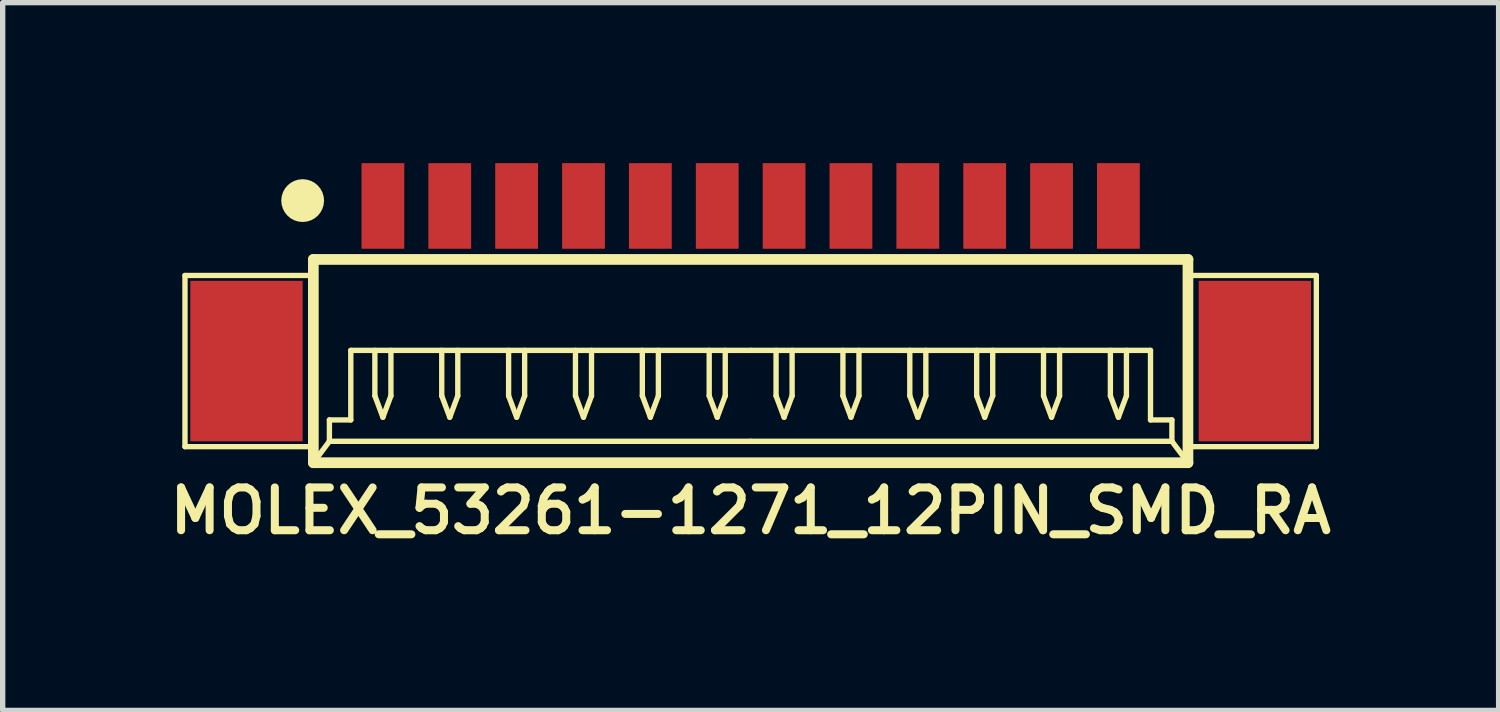
<source format=kicad_pcb>
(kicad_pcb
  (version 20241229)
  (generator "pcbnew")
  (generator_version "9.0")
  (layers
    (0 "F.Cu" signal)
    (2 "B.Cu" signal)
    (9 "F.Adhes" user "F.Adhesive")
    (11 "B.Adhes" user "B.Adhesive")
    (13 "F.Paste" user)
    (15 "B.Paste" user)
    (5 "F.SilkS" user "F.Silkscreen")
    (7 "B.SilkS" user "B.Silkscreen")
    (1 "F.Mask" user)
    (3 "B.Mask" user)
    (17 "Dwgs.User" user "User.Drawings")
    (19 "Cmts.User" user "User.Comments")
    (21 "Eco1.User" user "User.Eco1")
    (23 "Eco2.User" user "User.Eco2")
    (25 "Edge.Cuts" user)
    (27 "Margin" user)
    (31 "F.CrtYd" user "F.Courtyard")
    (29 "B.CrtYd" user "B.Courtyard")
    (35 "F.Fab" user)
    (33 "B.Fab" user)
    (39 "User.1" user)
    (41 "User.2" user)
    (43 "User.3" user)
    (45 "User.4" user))
  (footprint "MOLEX_53261-1271_12PIN_SMD_RA"
    (layer "F.Cu")
    (at 10.983 3.7)
    (property "Reference" "MOLEX_53261-1271_12PIN_SMD_RA" (at 0 2.8 0) (layer "F.SilkS") (effects (font (size 0.8 0.8) (thickness 0.15))))
    (attr through_hole)
    (fp_line (start -10.575 -1.6) (end -8.175 -1.6) (stroke (width 0.1) (type solid)) (layer "F.SilkS"))
    (fp_line (start -10.575 1.6) (end -10.575 -1.6) (stroke (width 0.1) (type solid)) (layer "F.SilkS"))
    (fp_line (start -8.175 -1.9) (end -8.175 1.9) (stroke (width 0.2) (type solid)) (layer "F.SilkS"))
    (fp_line (start -8.175 -1.9) (end 8.175 -1.9) (stroke (width 0.2) (type solid)) (layer "F.SilkS"))
    (fp_line (start -8.175 1.6) (end -10.575 1.6) (stroke (width 0.1) (type solid)) (layer "F.SilkS"))
    (fp_line (start -8.175 1.9) (end 8.175 1.9) (stroke (width 0.2) (type solid)) (layer "F.SilkS"))
    (fp_line (start -7.875 1.1) (end -7.875 1.5) (stroke (width 0.1) (type solid)) (layer "F.SilkS"))
    (fp_line (start -7.875 1.5) (end -8.175 1.9) (stroke (width 0.1) (type solid)) (layer "F.SilkS"))
    (fp_line (start -7.875 1.5) (end 0 1.5) (stroke (width 0.1) (type solid)) (layer "F.SilkS"))
    (fp_line (start -7.475 -0.2) (end -7.475 1.1) (stroke (width 0.1) (type solid)) (layer "F.SilkS"))
    (fp_line (start -7.475 1.1) (end -7.875 1.1) (stroke (width 0.1) (type solid)) (layer "F.SilkS"))
    (fp_line (start -7.025 -0.2) (end -7.025 0.65) (stroke (width 0.1) (type solid)) (layer "F.SilkS"))
    (fp_line (start -7.025 0.65) (end -6.875 1.05) (stroke (width 0.1) (type solid)) (layer "F.SilkS"))
    (fp_line (start -6.875 1.05) (end -6.725 0.65) (stroke (width 0.1) (type solid)) (layer "F.SilkS"))
    (fp_line (start -6.725 0.65) (end -6.725 -0.2) (stroke (width 0.1) (type solid)) (layer "F.SilkS"))
    (fp_line (start -5.775 -0.2) (end -5.775 0.65) (stroke (width 0.1) (type solid)) (layer "F.SilkS"))
    (fp_line (start -5.775 0.65) (end -5.625 1.05) (stroke (width 0.1) (type solid)) (layer "F.SilkS"))
    (fp_line (start -5.625 1.05) (end -5.475 0.65) (stroke (width 0.1) (type solid)) (layer "F.SilkS"))
    (fp_line (start -5.475 0.65) (end -5.475 -0.2) (stroke (width 0.1) (type solid)) (layer "F.SilkS"))
    (fp_line (start -4.525 -0.2) (end -4.525 0.65) (stroke (width 0.1) (type solid)) (layer "F.SilkS"))
    (fp_line (start -4.525 0.65) (end -4.375 1.05) (stroke (width 0.1) (type solid)) (layer "F.SilkS"))
    (fp_line (start -4.375 1.05) (end -4.225 0.65) (stroke (width 0.1) (type solid)) (layer "F.SilkS"))
    (fp_line (start -4.225 0.65) (end -4.225 -0.2) (stroke (width 0.1) (type solid)) (layer "F.SilkS"))
    (fp_line (start -3.275 -0.2) (end -3.275 0.65) (stroke (width 0.1) (type solid)) (layer "F.SilkS"))
    (fp_line (start -3.275 0.65) (end -3.125 1.05) (stroke (width 0.1) (type solid)) (layer "F.SilkS"))
    (fp_line (start -3.125 1.05) (end -2.975 0.65) (stroke (width 0.1) (type solid)) (layer "F.SilkS"))
    (fp_line (start -2.975 0.65) (end -2.975 -0.2) (stroke (width 0.1) (type solid)) (layer "F.SilkS"))
    (fp_line (start -2.025 -0.2) (end -2.025 0.65) (stroke (width 0.1) (type solid)) (layer "F.SilkS"))
    (fp_line (start -2.025 0.65) (end -1.875 1.05) (stroke (width 0.1) (type solid)) (layer "F.SilkS"))
    (fp_line (start -1.875 1.05) (end -1.725 0.65) (stroke (width 0.1) (type solid)) (layer "F.SilkS"))
    (fp_line (start -1.725 0.65) (end -1.725 -0.2) (stroke (width 0.1) (type solid)) (layer "F.SilkS"))
    (fp_line (start -0.775 -0.2) (end -0.775 0.65) (stroke (width 0.1) (type solid)) (layer "F.SilkS"))
    (fp_line (start -0.775 0.65) (end -0.625 1.05) (stroke (width 0.1) (type solid)) (layer "F.SilkS"))
    (fp_line (start -0.625 1.05) (end -0.475 0.65) (stroke (width 0.1) (type solid)) (layer "F.SilkS"))
    (fp_line (start -0.475 0.65) (end -0.475 -0.2) (stroke (width 0.1) (type solid)) (layer "F.SilkS"))
    (fp_line (start 0 -0.2) (end -7.475 -0.2) (stroke (width 0.1) (type solid)) (layer "F.SilkS"))
    (fp_line (start 0 -0.2) (end 7.475 -0.2) (stroke (width 0.1) (type solid)) (layer "F.SilkS"))
    (fp_line (start 0.475 -0.2) (end 0.475 0.65) (stroke (width 0.1) (type solid)) (layer "F.SilkS"))
    (fp_line (start 0.475 0.65) (end 0.625 1.05) (stroke (width 0.1) (type solid)) (layer "F.SilkS"))
    (fp_line (start 0.625 1.05) (end 0.775 0.65) (stroke (width 0.1) (type solid)) (layer "F.SilkS"))
    (fp_line (start 0.775 0.65) (end 0.775 -0.2) (stroke (width 0.1) (type solid)) (layer "F.SilkS"))
    (fp_line (start 1.725 -0.2) (end 1.725 0.65) (stroke (width 0.1) (type solid)) (layer "F.SilkS"))
    (fp_line (start 1.725 0.65) (end 1.875 1.05) (stroke (width 0.1) (type solid)) (layer "F.SilkS"))
    (fp_line (start 1.875 1.05) (end 2.025 0.65) (stroke (width 0.1) (type solid)) (layer "F.SilkS"))
    (fp_line (start 2.025 0.65) (end 2.025 -0.2) (stroke (width 0.1) (type solid)) (layer "F.SilkS"))
    (fp_line (start 2.975 -0.2) (end 2.975 0.65) (stroke (width 0.1) (type solid)) (layer "F.SilkS"))
    (fp_line (start 2.975 0.65) (end 3.125 1.05) (stroke (width 0.1) (type solid)) (layer "F.SilkS"))
    (fp_line (start 3.125 1.05) (end 3.275 0.65) (stroke (width 0.1) (type solid)) (layer "F.SilkS"))
    (fp_line (start 3.275 0.65) (end 3.275 -0.2) (stroke (width 0.1) (type solid)) (layer "F.SilkS"))
    (fp_line (start 4.225 -0.2) (end 4.225 0.65) (stroke (width 0.1) (type solid)) (layer "F.SilkS"))
    (fp_line (start 4.225 0.65) (end 4.375 1.05) (stroke (width 0.1) (type solid)) (layer "F.SilkS"))
    (fp_line (start 4.375 1.05) (end 4.525 0.65) (stroke (width 0.1) (type solid)) (layer "F.SilkS"))
    (fp_line (start 4.525 0.65) (end 4.525 -0.2) (stroke (width 0.1) (type solid)) (layer "F.SilkS"))
    (fp_line (start 5.475 -0.2) (end 5.475 0.65) (stroke (width 0.1) (type solid)) (layer "F.SilkS"))
    (fp_line (start 5.475 0.65) (end 5.625 1.05) (stroke (width 0.1) (type solid)) (layer "F.SilkS"))
    (fp_line (start 5.625 1.05) (end 5.775 0.65) (stroke (width 0.1) (type solid)) (layer "F.SilkS"))
    (fp_line (start 5.775 0.65) (end 5.775 -0.2) (stroke (width 0.1) (type solid)) (layer "F.SilkS"))
    (fp_line (start 6.725 -0.2) (end 6.725 0.65) (stroke (width 0.1) (type solid)) (layer "F.SilkS"))
    (fp_line (start 6.725 0.65) (end 6.875 1.05) (stroke (width 0.1) (type solid)) (layer "F.SilkS"))
    (fp_line (start 6.875 1.05) (end 7.025 0.65) (stroke (width 0.1) (type solid)) (layer "F.SilkS"))
    (fp_line (start 7.025 0.65) (end 7.025 -0.2) (stroke (width 0.1) (type solid)) (layer "F.SilkS"))
    (fp_line (start 7.475 -0.2) (end 7.475 1.1) (stroke (width 0.1) (type solid)) (layer "F.SilkS"))
    (fp_line (start 7.475 1.1) (end 7.875 1.1) (stroke (width 0.1) (type solid)) (layer "F.SilkS"))
    (fp_line (start 7.875 1.1) (end 7.875 1.5) (stroke (width 0.1) (type solid)) (layer "F.SilkS"))
    (fp_line (start 7.875 1.5) (end 0 1.5) (stroke (width 0.1) (type solid)) (layer "F.SilkS"))
    (fp_line (start 7.875 1.5) (end 8.175 1.9) (stroke (width 0.1) (type solid)) (layer "F.SilkS"))
    (fp_line (start 8.175 -1.9) (end 8.175 1.9) (stroke (width 0.2) (type solid)) (layer "F.SilkS"))
    (fp_line (start 8.175 1.6) (end 10.575 1.6) (stroke (width 0.1) (type solid)) (layer "F.SilkS"))
    (fp_line (start 10.575 -1.6) (end 8.175 -1.6) (stroke (width 0.1) (type solid)) (layer "F.SilkS"))
    (fp_line (start 10.575 1.6) (end 10.575 -1.6) (stroke (width 0.1) (type solid)) (layer "F.SilkS"))
    (fp_circle (center -8.375 -3) (end -8.375 -2.8) (stroke (width 0.4) (type solid)) (fill no) (layer "F.SilkS"))
    (pad "" smd rect (at -9.425 0) (size 2.1 3) (layers "F.Cu" "F.Mask"))
    (pad "" smd rect (at 9.425 0) (size 2.1 3) (layers "F.Cu" "F.Mask"))
    (pad "1" smd rect (at -6.875 -2.9) (size 0.8 1.6) (layers "F.Cu" "F.Mask"))
    (pad "2" smd rect (at -5.625 -2.9) (size 0.8 1.6) (layers "F.Cu" "F.Mask"))
    (pad "3" smd rect (at -4.375 -2.9) (size 0.8 1.6) (layers "F.Cu" "F.Mask"))
    (pad "4" smd rect (at -3.125 -2.9) (size 0.8 1.6) (layers "F.Cu" "F.Mask"))
    (pad "5" smd rect (at -1.875 -2.9) (size 0.8 1.6) (layers "F.Cu" "F.Mask"))
    (pad "6" smd rect (at -0.625 -2.9) (size 0.8 1.6) (layers "F.Cu" "F.Mask"))
    (pad "7" smd rect (at 0.625 -2.9) (size 0.8 1.6) (layers "F.Cu" "F.Mask"))
    (pad "8" smd rect (at 1.875 -2.9) (size 0.8 1.6) (layers "F.Cu" "F.Mask"))
    (pad "9" smd rect (at 3.125 -2.9) (size 0.8 1.6) (layers "F.Cu" "F.Mask"))
    (pad "10" smd rect (at 4.375 -2.9) (size 0.8 1.6) (layers "F.Cu" "F.Mask"))
    (pad "11" smd rect (at 5.625 -2.9) (size 0.8 1.6) (layers "F.Cu" "F.Mask"))
    (pad "12" smd rect (at 6.875 -2.9) (size 0.8 1.6) (layers "F.Cu" "F.Mask")))
  (gr_rect
    (start -3 -3)
    (end 24.966 10.231)
    (stroke (width 0.1) (type default))
    (fill no)
    (layer "Edge.Cuts")))
</source>
